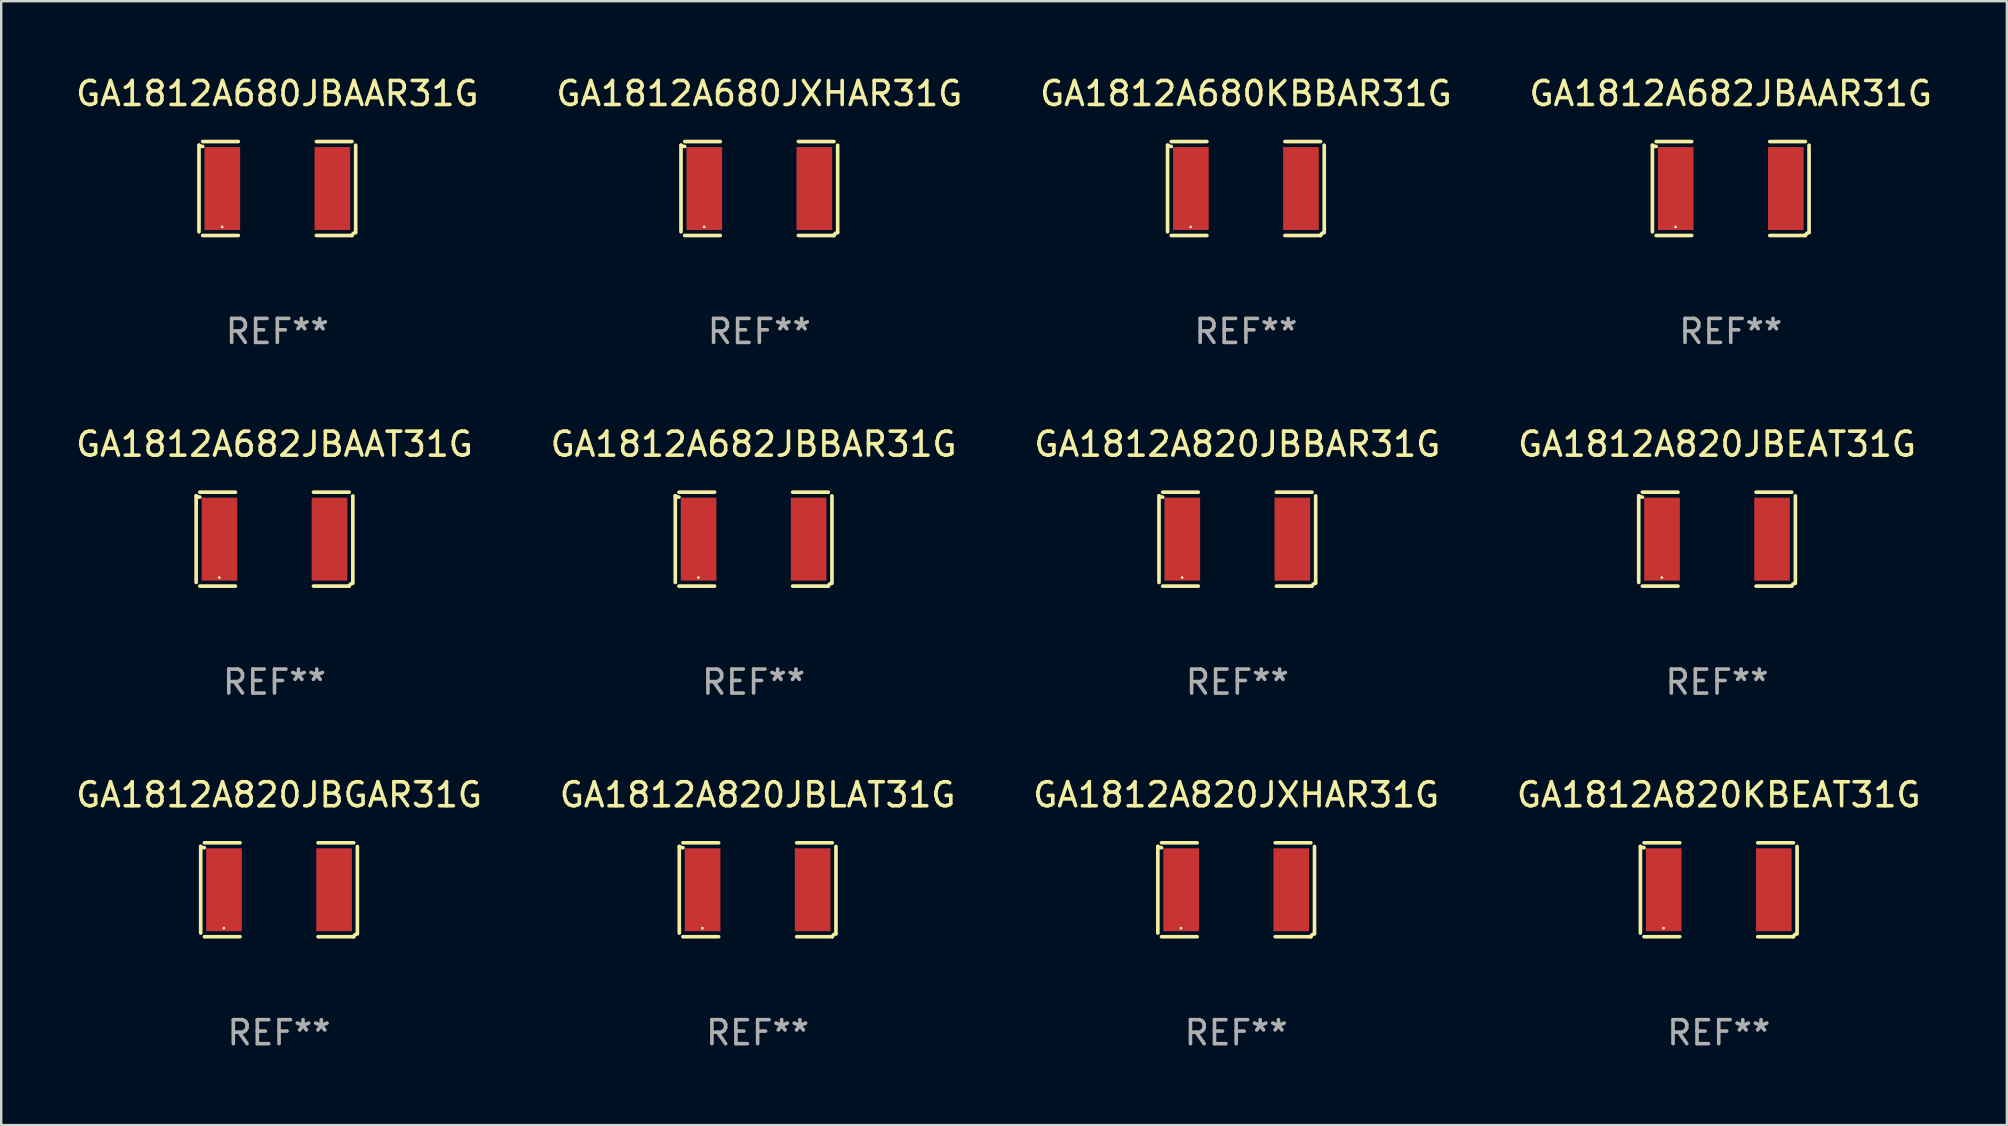
<source format=kicad_pcb>
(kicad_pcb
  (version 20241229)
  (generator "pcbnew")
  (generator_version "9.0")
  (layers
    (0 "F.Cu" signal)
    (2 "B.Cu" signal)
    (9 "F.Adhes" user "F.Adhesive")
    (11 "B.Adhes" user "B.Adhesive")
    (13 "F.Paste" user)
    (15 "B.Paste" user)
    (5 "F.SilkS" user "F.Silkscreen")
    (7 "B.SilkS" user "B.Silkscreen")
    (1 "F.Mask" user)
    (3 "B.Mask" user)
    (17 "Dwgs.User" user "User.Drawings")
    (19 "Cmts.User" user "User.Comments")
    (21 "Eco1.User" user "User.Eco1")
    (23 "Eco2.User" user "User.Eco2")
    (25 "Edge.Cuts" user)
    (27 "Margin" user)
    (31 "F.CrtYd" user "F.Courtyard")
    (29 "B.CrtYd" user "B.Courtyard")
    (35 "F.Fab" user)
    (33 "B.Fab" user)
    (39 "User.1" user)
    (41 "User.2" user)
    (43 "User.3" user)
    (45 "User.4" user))
  (footprint "GA1812A820JXHAR31G"
    (layer "F.Cu")
    (at 48.458 34.024)
    (property "Reference" "GA1812A820JXHAR31G" (at 0 -3.957 0) (layer "F.SilkS") (effects (font (size 1 1) (thickness 0.15))))
    (attr through_hole)
    (fp_line (start -3.264 1.804) (end -3.264 -1.804) (stroke (width 0.152) (type solid)) (layer "F.SilkS"))
    (fp_line (start -3.111 -1.957) (end -1.626 -1.957) (stroke (width 0.152) (type solid)) (layer "F.SilkS"))
    (fp_line (start -1.626 1.957) (end -3.111 1.957) (stroke (width 0.152) (type solid)) (layer "F.SilkS"))
    (fp_line (start 1.626 1.957) (end 3.111 1.957) (stroke (width 0.152) (type solid)) (layer "F.SilkS"))
    (fp_line (start 3.111 -1.957) (end 1.626 -1.957) (stroke (width 0.152) (type solid)) (layer "F.SilkS"))
    (fp_line (start 3.264 1.804) (end 3.264 -1.804) (stroke (width 0.152) (type solid)) (layer "F.SilkS"))
    (fp_arc (start -3.111202 -1.752192) (mid -3.191715 -1.76555) (end -3.263602 -1.804191) (stroke (width 0.1524) (type solid)) (layer "F.SilkS"))
    (fp_arc (start 3.111201 1.956591) (mid 3.167789 1.872777) (end 3.263602 1.840424) (stroke (width 0.1524) (type solid)) (layer "F.SilkS"))
    (fp_circle (center -2.3 1.6) (end -2.27 1.6) (stroke (width 0.06) (type solid)) (fill no) (layer "F.SilkS"))
    (fp_text user "REF**" (at 0 5.957 0) (layer "F.Fab") (effects (font (size 1 1) (thickness 0.15))))
    (pad "1" smd rect (at -2.293 0) (size 1.485 3.456) (layers "F.Cu" "F.Mask" "F.Paste"))
    (pad "2" smd rect (at 2.293 0) (size 1.485 3.456) (layers "F.Cu" "F.Mask" "F.Paste")))
  (footprint "GA1812A820JBBAR31G"
    (layer "F.Cu")
    (at 48.506 19.415)
    (property "Reference" "GA1812A820JBBAR31G" (at 0 -3.957 0) (layer "F.SilkS") (effects (font (size 1 1) (thickness 0.15))))
    (attr through_hole)
    (fp_line (start -3.264 1.804) (end -3.264 -1.804) (stroke (width 0.152) (type solid)) (layer "F.SilkS"))
    (fp_line (start -3.111 -1.957) (end -1.626 -1.957) (stroke (width 0.152) (type solid)) (layer "F.SilkS"))
    (fp_line (start -1.626 1.957) (end -3.111 1.957) (stroke (width 0.152) (type solid)) (layer "F.SilkS"))
    (fp_line (start 1.626 1.957) (end 3.111 1.957) (stroke (width 0.152) (type solid)) (layer "F.SilkS"))
    (fp_line (start 3.111 -1.957) (end 1.626 -1.957) (stroke (width 0.152) (type solid)) (layer "F.SilkS"))
    (fp_line (start 3.264 1.804) (end 3.264 -1.804) (stroke (width 0.152) (type solid)) (layer "F.SilkS"))
    (fp_arc (start -3.111202 -1.752192) (mid -3.191715 -1.76555) (end -3.263602 -1.804191) (stroke (width 0.1524) (type solid)) (layer "F.SilkS"))
    (fp_arc (start 3.111201 1.956591) (mid 3.167789 1.872777) (end 3.263602 1.840424) (stroke (width 0.1524) (type solid)) (layer "F.SilkS"))
    (fp_circle (center -2.3 1.6) (end -2.27 1.6) (stroke (width 0.06) (type solid)) (fill no) (layer "F.SilkS"))
    (fp_text user "REF**" (at 0 5.957 0) (layer "F.Fab") (effects (font (size 1 1) (thickness 0.15))))
    (pad "1" smd rect (at -2.293 0) (size 1.485 3.456) (layers "F.Cu" "F.Mask" "F.Paste"))
    (pad "2" smd rect (at 2.293 0) (size 1.485 3.456) (layers "F.Cu" "F.Mask" "F.Paste")))
  (footprint "GA1812A680JXHAR31G"
    (layer "F.Cu")
    (at 28.589 4.805)
    (property "Reference" "GA1812A680JXHAR31G" (at 0 -3.957 0) (layer "F.SilkS") (effects (font (size 1 1) (thickness 0.15))))
    (attr through_hole)
    (fp_line (start -3.264 1.804) (end -3.264 -1.804) (stroke (width 0.152) (type solid)) (layer "F.SilkS"))
    (fp_line (start -3.111 -1.957) (end -1.626 -1.957) (stroke (width 0.152) (type solid)) (layer "F.SilkS"))
    (fp_line (start -1.626 1.957) (end -3.111 1.957) (stroke (width 0.152) (type solid)) (layer "F.SilkS"))
    (fp_line (start 1.626 1.957) (end 3.111 1.957) (stroke (width 0.152) (type solid)) (layer "F.SilkS"))
    (fp_line (start 3.111 -1.957) (end 1.626 -1.957) (stroke (width 0.152) (type solid)) (layer "F.SilkS"))
    (fp_line (start 3.264 1.804) (end 3.264 -1.804) (stroke (width 0.152) (type solid)) (layer "F.SilkS"))
    (fp_arc (start -3.111202 -1.752192) (mid -3.191715 -1.76555) (end -3.263602 -1.804191) (stroke (width 0.1524) (type solid)) (layer "F.SilkS"))
    (fp_arc (start 3.111201 1.956591) (mid 3.167789 1.872777) (end 3.263602 1.840424) (stroke (width 0.1524) (type solid)) (layer "F.SilkS"))
    (fp_circle (center -2.3 1.6) (end -2.27 1.6) (stroke (width 0.06) (type solid)) (fill no) (layer "F.SilkS"))
    (fp_text user "REF**" (at 0 5.957 0) (layer "F.Fab") (effects (font (size 1 1) (thickness 0.15))))
    (pad "1" smd rect (at -2.293 0) (size 1.485 3.456) (layers "F.Cu" "F.Mask" "F.Paste"))
    (pad "2" smd rect (at 2.293 0) (size 1.485 3.456) (layers "F.Cu" "F.Mask" "F.Paste")))
  (footprint "GA1812A680JBAAR31G"
    (layer "F.Cu")
    (at 8.506 4.805)
    (property "Reference" "GA1812A680JBAAR31G" (at 0 -3.957 0) (layer "F.SilkS") (effects (font (size 1 1) (thickness 0.15))))
    (attr through_hole)
    (fp_line (start -3.264 1.804) (end -3.264 -1.804) (stroke (width 0.152) (type solid)) (layer "F.SilkS"))
    (fp_line (start -3.111 -1.957) (end -1.626 -1.957) (stroke (width 0.152) (type solid)) (layer "F.SilkS"))
    (fp_line (start -1.626 1.957) (end -3.111 1.957) (stroke (width 0.152) (type solid)) (layer "F.SilkS"))
    (fp_line (start 1.626 1.957) (end 3.111 1.957) (stroke (width 0.152) (type solid)) (layer "F.SilkS"))
    (fp_line (start 3.111 -1.957) (end 1.626 -1.957) (stroke (width 0.152) (type solid)) (layer "F.SilkS"))
    (fp_line (start 3.264 1.804) (end 3.264 -1.804) (stroke (width 0.152) (type solid)) (layer "F.SilkS"))
    (fp_arc (start -3.111202 -1.752192) (mid -3.191715 -1.76555) (end -3.263602 -1.804191) (stroke (width 0.1524) (type solid)) (layer "F.SilkS"))
    (fp_arc (start 3.111201 1.956591) (mid 3.167789 1.872777) (end 3.263602 1.840424) (stroke (width 0.1524) (type solid)) (layer "F.SilkS"))
    (fp_circle (center -2.3 1.6) (end -2.27 1.6) (stroke (width 0.06) (type solid)) (fill no) (layer "F.SilkS"))
    (fp_text user "REF**" (at 0 5.957 0) (layer "F.Fab") (effects (font (size 1 1) (thickness 0.15))))
    (pad "1" smd rect (at -2.293 0) (size 1.485 3.456) (layers "F.Cu" "F.Mask" "F.Paste"))
    (pad "2" smd rect (at 2.293 0) (size 1.485 3.456) (layers "F.Cu" "F.Mask" "F.Paste")))
  (footprint "GA1812A820KBEAT31G"
    (layer "F.Cu")
    (at 68.565 34.024)
    (property "Reference" "GA1812A820KBEAT31G" (at 0 -3.957 0) (layer "F.SilkS") (effects (font (size 1 1) (thickness 0.15))))
    (attr through_hole)
    (fp_line (start -3.264 1.804) (end -3.264 -1.804) (stroke (width 0.152) (type solid)) (layer "F.SilkS"))
    (fp_line (start -3.111 -1.957) (end -1.626 -1.957) (stroke (width 0.152) (type solid)) (layer "F.SilkS"))
    (fp_line (start -1.626 1.957) (end -3.111 1.957) (stroke (width 0.152) (type solid)) (layer "F.SilkS"))
    (fp_line (start 1.626 1.957) (end 3.111 1.957) (stroke (width 0.152) (type solid)) (layer "F.SilkS"))
    (fp_line (start 3.111 -1.957) (end 1.626 -1.957) (stroke (width 0.152) (type solid)) (layer "F.SilkS"))
    (fp_line (start 3.264 1.804) (end 3.264 -1.804) (stroke (width 0.152) (type solid)) (layer "F.SilkS"))
    (fp_arc (start -3.111202 -1.752192) (mid -3.191715 -1.76555) (end -3.263602 -1.804191) (stroke (width 0.1524) (type solid)) (layer "F.SilkS"))
    (fp_arc (start 3.111201 1.956591) (mid 3.167789 1.872777) (end 3.263602 1.840424) (stroke (width 0.1524) (type solid)) (layer "F.SilkS"))
    (fp_circle (center -2.3 1.6) (end -2.27 1.6) (stroke (width 0.06) (type solid)) (fill no) (layer "F.SilkS"))
    (fp_text user "REF**" (at 0 5.957 0) (layer "F.Fab") (effects (font (size 1 1) (thickness 0.15))))
    (pad "1" smd rect (at -2.293 0) (size 1.485 3.456) (layers "F.Cu" "F.Mask" "F.Paste"))
    (pad "2" smd rect (at 2.293 0) (size 1.485 3.456) (layers "F.Cu" "F.Mask" "F.Paste")))
  (footprint "GA1812A680KBBAR31G"
    (layer "F.Cu")
    (at 48.863 4.805)
    (property "Reference" "GA1812A680KBBAR31G" (at 0 -3.957 0) (layer "F.SilkS") (effects (font (size 1 1) (thickness 0.15))))
    (attr through_hole)
    (fp_line (start -3.264 1.804) (end -3.264 -1.804) (stroke (width 0.152) (type solid)) (layer "F.SilkS"))
    (fp_line (start -3.111 -1.957) (end -1.626 -1.957) (stroke (width 0.152) (type solid)) (layer "F.SilkS"))
    (fp_line (start -1.626 1.957) (end -3.111 1.957) (stroke (width 0.152) (type solid)) (layer "F.SilkS"))
    (fp_line (start 1.626 1.957) (end 3.111 1.957) (stroke (width 0.152) (type solid)) (layer "F.SilkS"))
    (fp_line (start 3.111 -1.957) (end 1.626 -1.957) (stroke (width 0.152) (type solid)) (layer "F.SilkS"))
    (fp_line (start 3.264 1.804) (end 3.264 -1.804) (stroke (width 0.152) (type solid)) (layer "F.SilkS"))
    (fp_arc (start -3.111202 -1.752192) (mid -3.191715 -1.76555) (end -3.263602 -1.804191) (stroke (width 0.1524) (type solid)) (layer "F.SilkS"))
    (fp_arc (start 3.111201 1.956591) (mid 3.167789 1.872777) (end 3.263602 1.840424) (stroke (width 0.1524) (type solid)) (layer "F.SilkS"))
    (fp_circle (center -2.3 1.6) (end -2.27 1.6) (stroke (width 0.06) (type solid)) (fill no) (layer "F.SilkS"))
    (fp_text user "REF**" (at 0 5.957 0) (layer "F.Fab") (effects (font (size 1 1) (thickness 0.15))))
    (pad "1" smd rect (at -2.293 0) (size 1.485 3.456) (layers "F.Cu" "F.Mask" "F.Paste"))
    (pad "2" smd rect (at 2.293 0) (size 1.485 3.456) (layers "F.Cu" "F.Mask" "F.Paste")))
  (footprint "GA1812A820JBLAT31G"
    (layer "F.Cu")
    (at 28.518 34.024)
    (property "Reference" "GA1812A820JBLAT31G" (at 0 -3.957 0) (layer "F.SilkS") (effects (font (size 1 1) (thickness 0.15))))
    (attr through_hole)
    (fp_line (start -3.264 1.804) (end -3.264 -1.804) (stroke (width 0.152) (type solid)) (layer "F.SilkS"))
    (fp_line (start -3.111 -1.957) (end -1.626 -1.957) (stroke (width 0.152) (type solid)) (layer "F.SilkS"))
    (fp_line (start -1.626 1.957) (end -3.111 1.957) (stroke (width 0.152) (type solid)) (layer "F.SilkS"))
    (fp_line (start 1.626 1.957) (end 3.111 1.957) (stroke (width 0.152) (type solid)) (layer "F.SilkS"))
    (fp_line (start 3.111 -1.957) (end 1.626 -1.957) (stroke (width 0.152) (type solid)) (layer "F.SilkS"))
    (fp_line (start 3.264 1.804) (end 3.264 -1.804) (stroke (width 0.152) (type solid)) (layer "F.SilkS"))
    (fp_arc (start -3.111202 -1.752192) (mid -3.191715 -1.76555) (end -3.263602 -1.804191) (stroke (width 0.1524) (type solid)) (layer "F.SilkS"))
    (fp_arc (start 3.111201 1.956591) (mid 3.167789 1.872777) (end 3.263602 1.840424) (stroke (width 0.1524) (type solid)) (layer "F.SilkS"))
    (fp_circle (center -2.3 1.6) (end -2.27 1.6) (stroke (width 0.06) (type solid)) (fill no) (layer "F.SilkS"))
    (fp_text user "REF**" (at 0 5.957 0) (layer "F.Fab") (effects (font (size 1 1) (thickness 0.15))))
    (pad "1" smd rect (at -2.293 0) (size 1.485 3.456) (layers "F.Cu" "F.Mask" "F.Paste"))
    (pad "2" smd rect (at 2.293 0) (size 1.485 3.456) (layers "F.Cu" "F.Mask" "F.Paste")))
  (footprint "GA1812A820JBEAT31G"
    (layer "F.Cu")
    (at 68.494 19.415)
    (property "Reference" "GA1812A820JBEAT31G" (at 0 -3.957 0) (layer "F.SilkS") (effects (font (size 1 1) (thickness 0.15))))
    (attr through_hole)
    (fp_line (start -3.264 1.804) (end -3.264 -1.804) (stroke (width 0.152) (type solid)) (layer "F.SilkS"))
    (fp_line (start -3.111 -1.957) (end -1.626 -1.957) (stroke (width 0.152) (type solid)) (layer "F.SilkS"))
    (fp_line (start -1.626 1.957) (end -3.111 1.957) (stroke (width 0.152) (type solid)) (layer "F.SilkS"))
    (fp_line (start 1.626 1.957) (end 3.111 1.957) (stroke (width 0.152) (type solid)) (layer "F.SilkS"))
    (fp_line (start 3.111 -1.957) (end 1.626 -1.957) (stroke (width 0.152) (type solid)) (layer "F.SilkS"))
    (fp_line (start 3.264 1.804) (end 3.264 -1.804) (stroke (width 0.152) (type solid)) (layer "F.SilkS"))
    (fp_arc (start -3.111202 -1.752192) (mid -3.191715 -1.76555) (end -3.263602 -1.804191) (stroke (width 0.1524) (type solid)) (layer "F.SilkS"))
    (fp_arc (start 3.111201 1.956591) (mid 3.167789 1.872777) (end 3.263602 1.840424) (stroke (width 0.1524) (type solid)) (layer "F.SilkS"))
    (fp_circle (center -2.3 1.6) (end -2.27 1.6) (stroke (width 0.06) (type solid)) (fill no) (layer "F.SilkS"))
    (fp_text user "REF**" (at 0 5.957 0) (layer "F.Fab") (effects (font (size 1 1) (thickness 0.15))))
    (pad "1" smd rect (at -2.293 0) (size 1.485 3.456) (layers "F.Cu" "F.Mask" "F.Paste"))
    (pad "2" smd rect (at 2.293 0) (size 1.485 3.456) (layers "F.Cu" "F.Mask" "F.Paste")))
  (footprint "GA1812A682JBAAR31G"
    (layer "F.Cu")
    (at 69.065 4.805)
    (property "Reference" "GA1812A682JBAAR31G" (at 0 -3.957 0) (layer "F.SilkS") (effects (font (size 1 1) (thickness 0.15))))
    (attr through_hole)
    (fp_line (start -3.264 1.804) (end -3.264 -1.804) (stroke (width 0.152) (type solid)) (layer "F.SilkS"))
    (fp_line (start -3.111 -1.957) (end -1.626 -1.957) (stroke (width 0.152) (type solid)) (layer "F.SilkS"))
    (fp_line (start -1.626 1.957) (end -3.111 1.957) (stroke (width 0.152) (type solid)) (layer "F.SilkS"))
    (fp_line (start 1.626 1.957) (end 3.111 1.957) (stroke (width 0.152) (type solid)) (layer "F.SilkS"))
    (fp_line (start 3.111 -1.957) (end 1.626 -1.957) (stroke (width 0.152) (type solid)) (layer "F.SilkS"))
    (fp_line (start 3.264 1.804) (end 3.264 -1.804) (stroke (width 0.152) (type solid)) (layer "F.SilkS"))
    (fp_arc (start -3.111202 -1.752192) (mid -3.191715 -1.76555) (end -3.263602 -1.804191) (stroke (width 0.1524) (type solid)) (layer "F.SilkS"))
    (fp_arc (start 3.111201 1.956591) (mid 3.167789 1.872777) (end 3.263602 1.840424) (stroke (width 0.1524) (type solid)) (layer "F.SilkS"))
    (fp_circle (center -2.3 1.6) (end -2.27 1.6) (stroke (width 0.06) (type solid)) (fill no) (layer "F.SilkS"))
    (fp_text user "REF**" (at 0 5.957 0) (layer "F.Fab") (effects (font (size 1 1) (thickness 0.15))))
    (pad "1" smd rect (at -2.293 0) (size 1.485 3.456) (layers "F.Cu" "F.Mask" "F.Paste"))
    (pad "2" smd rect (at 2.293 0) (size 1.485 3.456) (layers "F.Cu" "F.Mask" "F.Paste")))
  (footprint "GA1812A820JBGAR31G"
    (layer "F.Cu")
    (at 8.577 34.024)
    (property "Reference" "GA1812A820JBGAR31G" (at 0 -3.957 0) (layer "F.SilkS") (effects (font (size 1 1) (thickness 0.15))))
    (attr through_hole)
    (fp_line (start -3.264 1.804) (end -3.264 -1.804) (stroke (width 0.152) (type solid)) (layer "F.SilkS"))
    (fp_line (start -3.111 -1.957) (end -1.626 -1.957) (stroke (width 0.152) (type solid)) (layer "F.SilkS"))
    (fp_line (start -1.626 1.957) (end -3.111 1.957) (stroke (width 0.152) (type solid)) (layer "F.SilkS"))
    (fp_line (start 1.626 1.957) (end 3.111 1.957) (stroke (width 0.152) (type solid)) (layer "F.SilkS"))
    (fp_line (start 3.111 -1.957) (end 1.626 -1.957) (stroke (width 0.152) (type solid)) (layer "F.SilkS"))
    (fp_line (start 3.264 1.804) (end 3.264 -1.804) (stroke (width 0.152) (type solid)) (layer "F.SilkS"))
    (fp_arc (start -3.111202 -1.752192) (mid -3.191715 -1.76555) (end -3.263602 -1.804191) (stroke (width 0.1524) (type solid)) (layer "F.SilkS"))
    (fp_arc (start 3.111201 1.956591) (mid 3.167789 1.872777) (end 3.263602 1.840424) (stroke (width 0.1524) (type solid)) (layer "F.SilkS"))
    (fp_circle (center -2.3 1.6) (end -2.27 1.6) (stroke (width 0.06) (type solid)) (fill no) (layer "F.SilkS"))
    (fp_text user "REF**" (at 0 5.957 0) (layer "F.Fab") (effects (font (size 1 1) (thickness 0.15))))
    (pad "1" smd rect (at -2.293 0) (size 1.485 3.456) (layers "F.Cu" "F.Mask" "F.Paste"))
    (pad "2" smd rect (at 2.293 0) (size 1.485 3.456) (layers "F.Cu" "F.Mask" "F.Paste")))
  (footprint "GA1812A682JBBAR31G"
    (layer "F.Cu")
    (at 28.351 19.415)
    (property "Reference" "GA1812A682JBBAR31G" (at 0 -3.957 0) (layer "F.SilkS") (effects (font (size 1 1) (thickness 0.15))))
    (attr through_hole)
    (fp_line (start -3.264 1.804) (end -3.264 -1.804) (stroke (width 0.152) (type solid)) (layer "F.SilkS"))
    (fp_line (start -3.111 -1.957) (end -1.626 -1.957) (stroke (width 0.152) (type solid)) (layer "F.SilkS"))
    (fp_line (start -1.626 1.957) (end -3.111 1.957) (stroke (width 0.152) (type solid)) (layer "F.SilkS"))
    (fp_line (start 1.626 1.957) (end 3.111 1.957) (stroke (width 0.152) (type solid)) (layer "F.SilkS"))
    (fp_line (start 3.111 -1.957) (end 1.626 -1.957) (stroke (width 0.152) (type solid)) (layer "F.SilkS"))
    (fp_line (start 3.264 1.804) (end 3.264 -1.804) (stroke (width 0.152) (type solid)) (layer "F.SilkS"))
    (fp_arc (start -3.111202 -1.752192) (mid -3.191715 -1.76555) (end -3.263602 -1.804191) (stroke (width 0.1524) (type solid)) (layer "F.SilkS"))
    (fp_arc (start 3.111201 1.956591) (mid 3.167789 1.872777) (end 3.263602 1.840424) (stroke (width 0.1524) (type solid)) (layer "F.SilkS"))
    (fp_circle (center -2.3 1.6) (end -2.27 1.6) (stroke (width 0.06) (type solid)) (fill no) (layer "F.SilkS"))
    (fp_text user "REF**" (at 0 5.957 0) (layer "F.Fab") (effects (font (size 1 1) (thickness 0.15))))
    (pad "1" smd rect (at -2.293 0) (size 1.485 3.456) (layers "F.Cu" "F.Mask" "F.Paste"))
    (pad "2" smd rect (at 2.293 0) (size 1.485 3.456) (layers "F.Cu" "F.Mask" "F.Paste")))
  (footprint "GA1812A682JBAAT31G"
    (layer "F.Cu")
    (at 8.387 19.415)
    (property "Reference" "GA1812A682JBAAT31G" (at 0 -3.957 0) (layer "F.SilkS") (effects (font (size 1 1) (thickness 0.15))))
    (attr through_hole)
    (fp_line (start -3.264 1.804) (end -3.264 -1.804) (stroke (width 0.152) (type solid)) (layer "F.SilkS"))
    (fp_line (start -3.111 -1.957) (end -1.626 -1.957) (stroke (width 0.152) (type solid)) (layer "F.SilkS"))
    (fp_line (start -1.626 1.957) (end -3.111 1.957) (stroke (width 0.152) (type solid)) (layer "F.SilkS"))
    (fp_line (start 1.626 1.957) (end 3.111 1.957) (stroke (width 0.152) (type solid)) (layer "F.SilkS"))
    (fp_line (start 3.111 -1.957) (end 1.626 -1.957) (stroke (width 0.152) (type solid)) (layer "F.SilkS"))
    (fp_line (start 3.264 1.804) (end 3.264 -1.804) (stroke (width 0.152) (type solid)) (layer "F.SilkS"))
    (fp_arc (start -3.111202 -1.752192) (mid -3.191715 -1.76555) (end -3.263602 -1.804191) (stroke (width 0.1524) (type solid)) (layer "F.SilkS"))
    (fp_arc (start 3.111201 1.956591) (mid 3.167789 1.872777) (end 3.263602 1.840424) (stroke (width 0.1524) (type solid)) (layer "F.SilkS"))
    (fp_circle (center -2.3 1.6) (end -2.27 1.6) (stroke (width 0.06) (type solid)) (fill no) (layer "F.SilkS"))
    (fp_text user "REF**" (at 0 5.957 0) (layer "F.Fab") (effects (font (size 1 1) (thickness 0.15))))
    (pad "1" smd rect (at -2.293 0) (size 1.485 3.456) (layers "F.Cu" "F.Mask" "F.Paste"))
    (pad "2" smd rect (at 2.293 0) (size 1.485 3.456) (layers "F.Cu" "F.Mask" "F.Paste")))
  (gr_rect
    (start -3 -3)
    (end 80.571 43.829)
    (stroke (width 0.1) (type default))
    (fill no)
    (layer "Edge.Cuts")))
</source>
